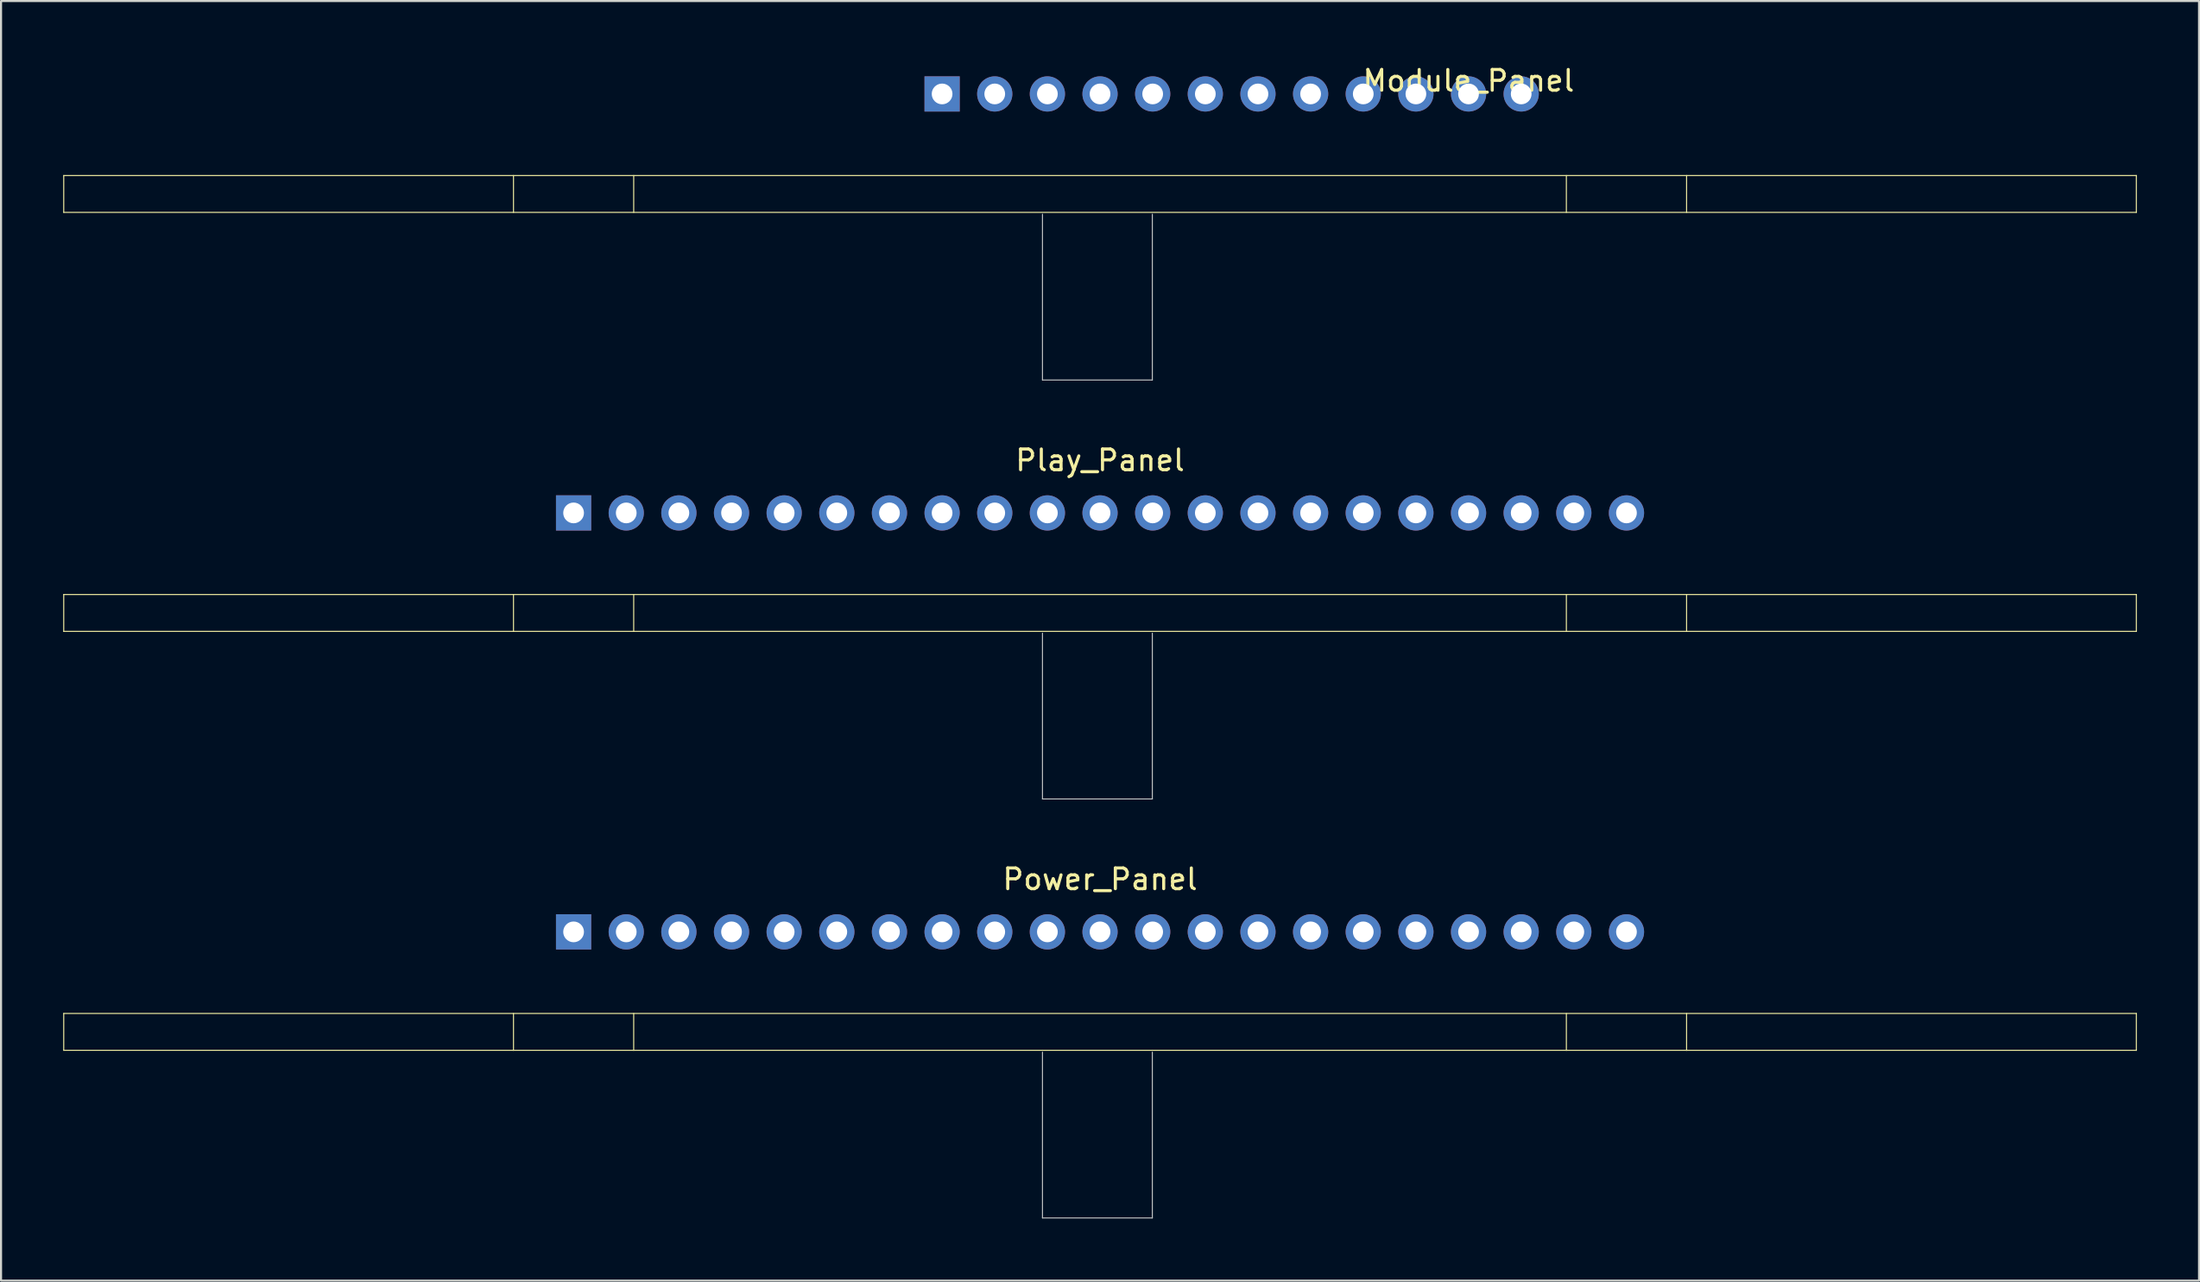
<source format=kicad_pcb>
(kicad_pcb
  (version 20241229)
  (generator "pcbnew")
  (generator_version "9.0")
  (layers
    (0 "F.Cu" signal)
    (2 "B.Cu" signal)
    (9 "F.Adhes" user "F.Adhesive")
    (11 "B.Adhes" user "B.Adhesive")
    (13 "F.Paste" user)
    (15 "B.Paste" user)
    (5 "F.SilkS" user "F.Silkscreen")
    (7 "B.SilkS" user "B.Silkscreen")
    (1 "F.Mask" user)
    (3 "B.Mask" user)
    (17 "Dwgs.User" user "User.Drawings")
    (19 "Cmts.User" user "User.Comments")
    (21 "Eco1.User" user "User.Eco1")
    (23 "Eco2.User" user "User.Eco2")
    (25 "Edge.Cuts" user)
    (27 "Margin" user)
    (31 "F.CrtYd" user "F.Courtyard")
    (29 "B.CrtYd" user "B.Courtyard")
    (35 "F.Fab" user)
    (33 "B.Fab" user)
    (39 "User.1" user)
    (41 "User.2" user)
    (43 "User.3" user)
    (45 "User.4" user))
  (footprint "Play_Panel"
    (layer "F.Cu")
    (at 50.025 21.701)
    (property "Reference" "Play_Panel" (at 0 -2.54 180) (layer "F.SilkS") (effects (font (size 1 1) (thickness 0.15))))
    (attr through_hole)
    (fp_line (start -50 3.937) (end -50 5.715) (stroke (width 0.05) (type solid)) (layer "F.SilkS"))
    (fp_line (start -50 3.937) (end 50 3.937) (stroke (width 0.05) (type solid)) (layer "F.SilkS"))
    (fp_line (start -50 5.715) (end 50 5.715) (stroke (width 0.05) (type solid)) (layer "F.SilkS"))
    (fp_line (start -28.3 3.937) (end -28.3 5.715) (stroke (width 0.05) (type solid)) (layer "F.SilkS"))
    (fp_line (start -22.5 3.937) (end -22.5 5.715) (stroke (width 0.05) (type solid)) (layer "F.SilkS"))
    (fp_line (start 22.5 5.715) (end 22.5 3.937) (stroke (width 0.05) (type solid)) (layer "F.SilkS"))
    (fp_line (start 28.3 5.715) (end 28.3 3.937) (stroke (width 0.05) (type solid)) (layer "F.SilkS"))
    (fp_line (start 50 3.937) (end 50 5.715) (stroke (width 0.05) (type solid)) (layer "F.SilkS"))
    (fp_line (start -2.777 13.804) (end -2.777 5.804) (stroke (width 0.05) (type solid)) (layer "Dwgs.User"))
    (fp_line (start -2.777 13.804) (end 2.523 13.804) (stroke (width 0.05) (type solid)) (layer "Dwgs.User"))
    (fp_line (start 2.523 13.804) (end 2.523 5.804) (stroke (width 0.05) (type solid)) (layer "Dwgs.User"))
    (pad "1" thru_hole rect (at -25.4 0) (size 1.7 1.7) (drill 1) (layers "*.Cu" "*.Mask"))
    (pad "2" thru_hole oval (at -22.86 0) (size 1.7 1.7) (drill 1) (layers "*.Cu" "*.Mask"))
    (pad "3" thru_hole oval (at -20.32 0) (size 1.7 1.7) (drill 1) (layers "*.Cu" "*.Mask"))
    (pad "4" thru_hole oval (at -17.78 0) (size 1.7 1.7) (drill 1) (layers "*.Cu" "*.Mask"))
    (pad "5" thru_hole oval (at -15.24 0) (size 1.7 1.7) (drill 1) (layers "*.Cu" "*.Mask"))
    (pad "6" thru_hole oval (at -12.7 0) (size 1.7 1.7) (drill 1) (layers "*.Cu" "*.Mask"))
    (pad "7" thru_hole oval (at -10.16 0) (size 1.7 1.7) (drill 1) (layers "*.Cu" "*.Mask"))
    (pad "8" thru_hole oval (at -7.62 0) (size 1.7 1.7) (drill 1) (layers "*.Cu" "*.Mask"))
    (pad "9" thru_hole oval (at -5.08 0) (size 1.7 1.7) (drill 1) (layers "*.Cu" "*.Mask"))
    (pad "10" thru_hole oval (at -2.54 0) (size 1.7 1.7) (drill 1) (layers "*.Cu" "*.Mask"))
    (pad "11" thru_hole oval (at 0 0) (size 1.7 1.7) (drill 1) (layers "*.Cu" "*.Mask"))
    (pad "12" thru_hole oval (at 2.54 0) (size 1.7 1.7) (drill 1) (layers "*.Cu" "*.Mask"))
    (pad "13" thru_hole oval (at 5.08 0) (size 1.7 1.7) (drill 1) (layers "*.Cu" "*.Mask"))
    (pad "14" thru_hole oval (at 7.62 0) (size 1.7 1.7) (drill 1) (layers "*.Cu" "*.Mask"))
    (pad "15" thru_hole oval (at 10.16 0) (size 1.7 1.7) (drill 1) (layers "*.Cu" "*.Mask"))
    (pad "16" thru_hole oval (at 12.7 0) (size 1.7 1.7) (drill 1) (layers "*.Cu" "*.Mask"))
    (pad "17" thru_hole oval (at 15.24 0) (size 1.7 1.7) (drill 1) (layers "*.Cu" "*.Mask"))
    (pad "18" thru_hole oval (at 17.78 0) (size 1.7 1.7) (drill 1) (layers "*.Cu" "*.Mask"))
    (pad "19" thru_hole oval (at 20.32 0) (size 1.7 1.7) (drill 1) (layers "*.Cu" "*.Mask"))
    (pad "20" thru_hole oval (at 22.86 0) (size 1.7 1.7) (drill 1) (layers "*.Cu" "*.Mask"))
    (pad "21" thru_hole oval (at 25.4 0) (size 1.7 1.7) (drill 1) (layers "*.Cu" "*.Mask")))
  (footprint "Module_Panel"
    (layer "F.Cu")
    (at 50.025 1.483)
    (property "Reference" "Module_Panel" (at 17.78 -0.635 180) (layer "F.SilkS") (effects (font (size 1 1) (thickness 0.15))))
    (attr through_hole)
    (fp_line (start -50 3.937) (end -50 5.715) (stroke (width 0.05) (type solid)) (layer "F.SilkS"))
    (fp_line (start -50 3.937) (end 50 3.937) (stroke (width 0.05) (type solid)) (layer "F.SilkS"))
    (fp_line (start -50 5.715) (end 50 5.715) (stroke (width 0.05) (type solid)) (layer "F.SilkS"))
    (fp_line (start -28.3 3.937) (end -28.3 5.715) (stroke (width 0.05) (type solid)) (layer "F.SilkS"))
    (fp_line (start -22.5 3.937) (end -22.5 5.715) (stroke (width 0.05) (type solid)) (layer "F.SilkS"))
    (fp_line (start 22.5 5.715) (end 22.5 3.937) (stroke (width 0.05) (type solid)) (layer "F.SilkS"))
    (fp_line (start 28.3 5.715) (end 28.3 3.937) (stroke (width 0.05) (type solid)) (layer "F.SilkS"))
    (fp_line (start 50 3.937) (end 50 5.715) (stroke (width 0.05) (type solid)) (layer "F.SilkS"))
    (fp_line (start -2.777 13.804) (end -2.777 5.804) (stroke (width 0.05) (type solid)) (layer "Dwgs.User"))
    (fp_line (start -2.777 13.804) (end 2.523 13.804) (stroke (width 0.05) (type solid)) (layer "Dwgs.User"))
    (fp_line (start 2.523 13.804) (end 2.523 5.804) (stroke (width 0.05) (type solid)) (layer "Dwgs.User"))
    (pad "1" thru_hole rect (at -7.62 0) (size 1.7 1.7) (drill 1) (layers "*.Cu" "*.Mask"))
    (pad "2" thru_hole oval (at -5.08 0) (size 1.7 1.7) (drill 1) (layers "*.Cu" "*.Mask"))
    (pad "3" thru_hole oval (at -2.54 0) (size 1.7 1.7) (drill 1) (layers "*.Cu" "*.Mask"))
    (pad "4" thru_hole oval (at 0 0) (size 1.7 1.7) (drill 1) (layers "*.Cu" "*.Mask"))
    (pad "5" thru_hole oval (at 2.54 0) (size 1.7 1.7) (drill 1) (layers "*.Cu" "*.Mask"))
    (pad "6" thru_hole oval (at 5.08 0) (size 1.7 1.7) (drill 1) (layers "*.Cu" "*.Mask"))
    (pad "7" thru_hole oval (at 7.62 0) (size 1.7 1.7) (drill 1) (layers "*.Cu" "*.Mask"))
    (pad "8" thru_hole oval (at 10.16 0) (size 1.7 1.7) (drill 1) (layers "*.Cu" "*.Mask"))
    (pad "9" thru_hole oval (at 12.7 0) (size 1.7 1.7) (drill 1) (layers "*.Cu" "*.Mask"))
    (pad "10" thru_hole oval (at 15.24 0) (size 1.7 1.7) (drill 1) (layers "*.Cu" "*.Mask"))
    (pad "11" thru_hole oval (at 17.78 0) (size 1.7 1.7) (drill 1) (layers "*.Cu" "*.Mask"))
    (pad "12" thru_hole oval (at 20.32 0) (size 1.7 1.7) (drill 1) (layers "*.Cu" "*.Mask")))
  (footprint "Power_Panel"
    (layer "F.Cu")
    (at 50.025 41.918)
    (property "Reference" "Power_Panel" (at 0 -2.54 180) (layer "F.SilkS") (effects (font (size 1 1) (thickness 0.15))))
    (attr through_hole)
    (fp_line (start -50 3.937) (end -50 5.715) (stroke (width 0.05) (type solid)) (layer "F.SilkS"))
    (fp_line (start -50 3.937) (end 50 3.937) (stroke (width 0.05) (type solid)) (layer "F.SilkS"))
    (fp_line (start -50 5.715) (end 50 5.715) (stroke (width 0.05) (type solid)) (layer "F.SilkS"))
    (fp_line (start -28.3 3.937) (end -28.3 5.715) (stroke (width 0.05) (type solid)) (layer "F.SilkS"))
    (fp_line (start -22.5 3.937) (end -22.5 5.715) (stroke (width 0.05) (type solid)) (layer "F.SilkS"))
    (fp_line (start 22.5 5.715) (end 22.5 3.937) (stroke (width 0.05) (type solid)) (layer "F.SilkS"))
    (fp_line (start 28.3 5.715) (end 28.3 3.937) (stroke (width 0.05) (type solid)) (layer "F.SilkS"))
    (fp_line (start 50 3.937) (end 50 5.715) (stroke (width 0.05) (type solid)) (layer "F.SilkS"))
    (fp_line (start -2.777 13.804) (end -2.777 5.804) (stroke (width 0.05) (type solid)) (layer "Dwgs.User"))
    (fp_line (start -2.777 13.804) (end 2.523 13.804) (stroke (width 0.05) (type solid)) (layer "Dwgs.User"))
    (fp_line (start 2.523 13.804) (end 2.523 5.804) (stroke (width 0.05) (type solid)) (layer "Dwgs.User"))
    (pad "1" thru_hole rect (at -25.4 0) (size 1.7 1.7) (drill 1) (layers "*.Cu" "*.Mask"))
    (pad "2" thru_hole oval (at -22.86 0) (size 1.7 1.7) (drill 1) (layers "*.Cu" "*.Mask"))
    (pad "3" thru_hole oval (at -20.32 0) (size 1.7 1.7) (drill 1) (layers "*.Cu" "*.Mask"))
    (pad "4" thru_hole oval (at -17.78 0) (size 1.7 1.7) (drill 1) (layers "*.Cu" "*.Mask"))
    (pad "5" thru_hole oval (at -15.24 0) (size 1.7 1.7) (drill 1) (layers "*.Cu" "*.Mask"))
    (pad "6" thru_hole oval (at -12.7 0) (size 1.7 1.7) (drill 1) (layers "*.Cu" "*.Mask"))
    (pad "7" thru_hole oval (at -10.16 0) (size 1.7 1.7) (drill 1) (layers "*.Cu" "*.Mask"))
    (pad "8" thru_hole oval (at -7.62 0) (size 1.7 1.7) (drill 1) (layers "*.Cu" "*.Mask"))
    (pad "9" thru_hole oval (at -5.08 0) (size 1.7 1.7) (drill 1) (layers "*.Cu" "*.Mask"))
    (pad "10" thru_hole oval (at -2.54 0) (size 1.7 1.7) (drill 1) (layers "*.Cu" "*.Mask"))
    (pad "11" thru_hole oval (at 0 0) (size 1.7 1.7) (drill 1) (layers "*.Cu" "*.Mask"))
    (pad "12" thru_hole oval (at 2.54 0) (size 1.7 1.7) (drill 1) (layers "*.Cu" "*.Mask"))
    (pad "13" thru_hole oval (at 5.08 0) (size 1.7 1.7) (drill 1) (layers "*.Cu" "*.Mask"))
    (pad "14" thru_hole oval (at 7.62 0) (size 1.7 1.7) (drill 1) (layers "*.Cu" "*.Mask"))
    (pad "15" thru_hole oval (at 10.16 0) (size 1.7 1.7) (drill 1) (layers "*.Cu" "*.Mask"))
    (pad "16" thru_hole oval (at 12.7 0) (size 1.7 1.7) (drill 1) (layers "*.Cu" "*.Mask"))
    (pad "17" thru_hole oval (at 15.24 0) (size 1.7 1.7) (drill 1) (layers "*.Cu" "*.Mask"))
    (pad "18" thru_hole oval (at 17.78 0) (size 1.7 1.7) (drill 1) (layers "*.Cu" "*.Mask"))
    (pad "19" thru_hole oval (at 20.32 0) (size 1.7 1.7) (drill 1) (layers "*.Cu" "*.Mask"))
    (pad "20" thru_hole oval (at 22.86 0) (size 1.7 1.7) (drill 1) (layers "*.Cu" "*.Mask"))
    (pad "21" thru_hole oval (at 25.4 0) (size 1.7 1.7) (drill 1) (layers "*.Cu" "*.Mask")))
  (gr_rect
    (start -3 -3)
    (end 103.05 58.747)
    (stroke (width 0.1) (type default))
    (fill no)
    (layer "Edge.Cuts")))
</source>
